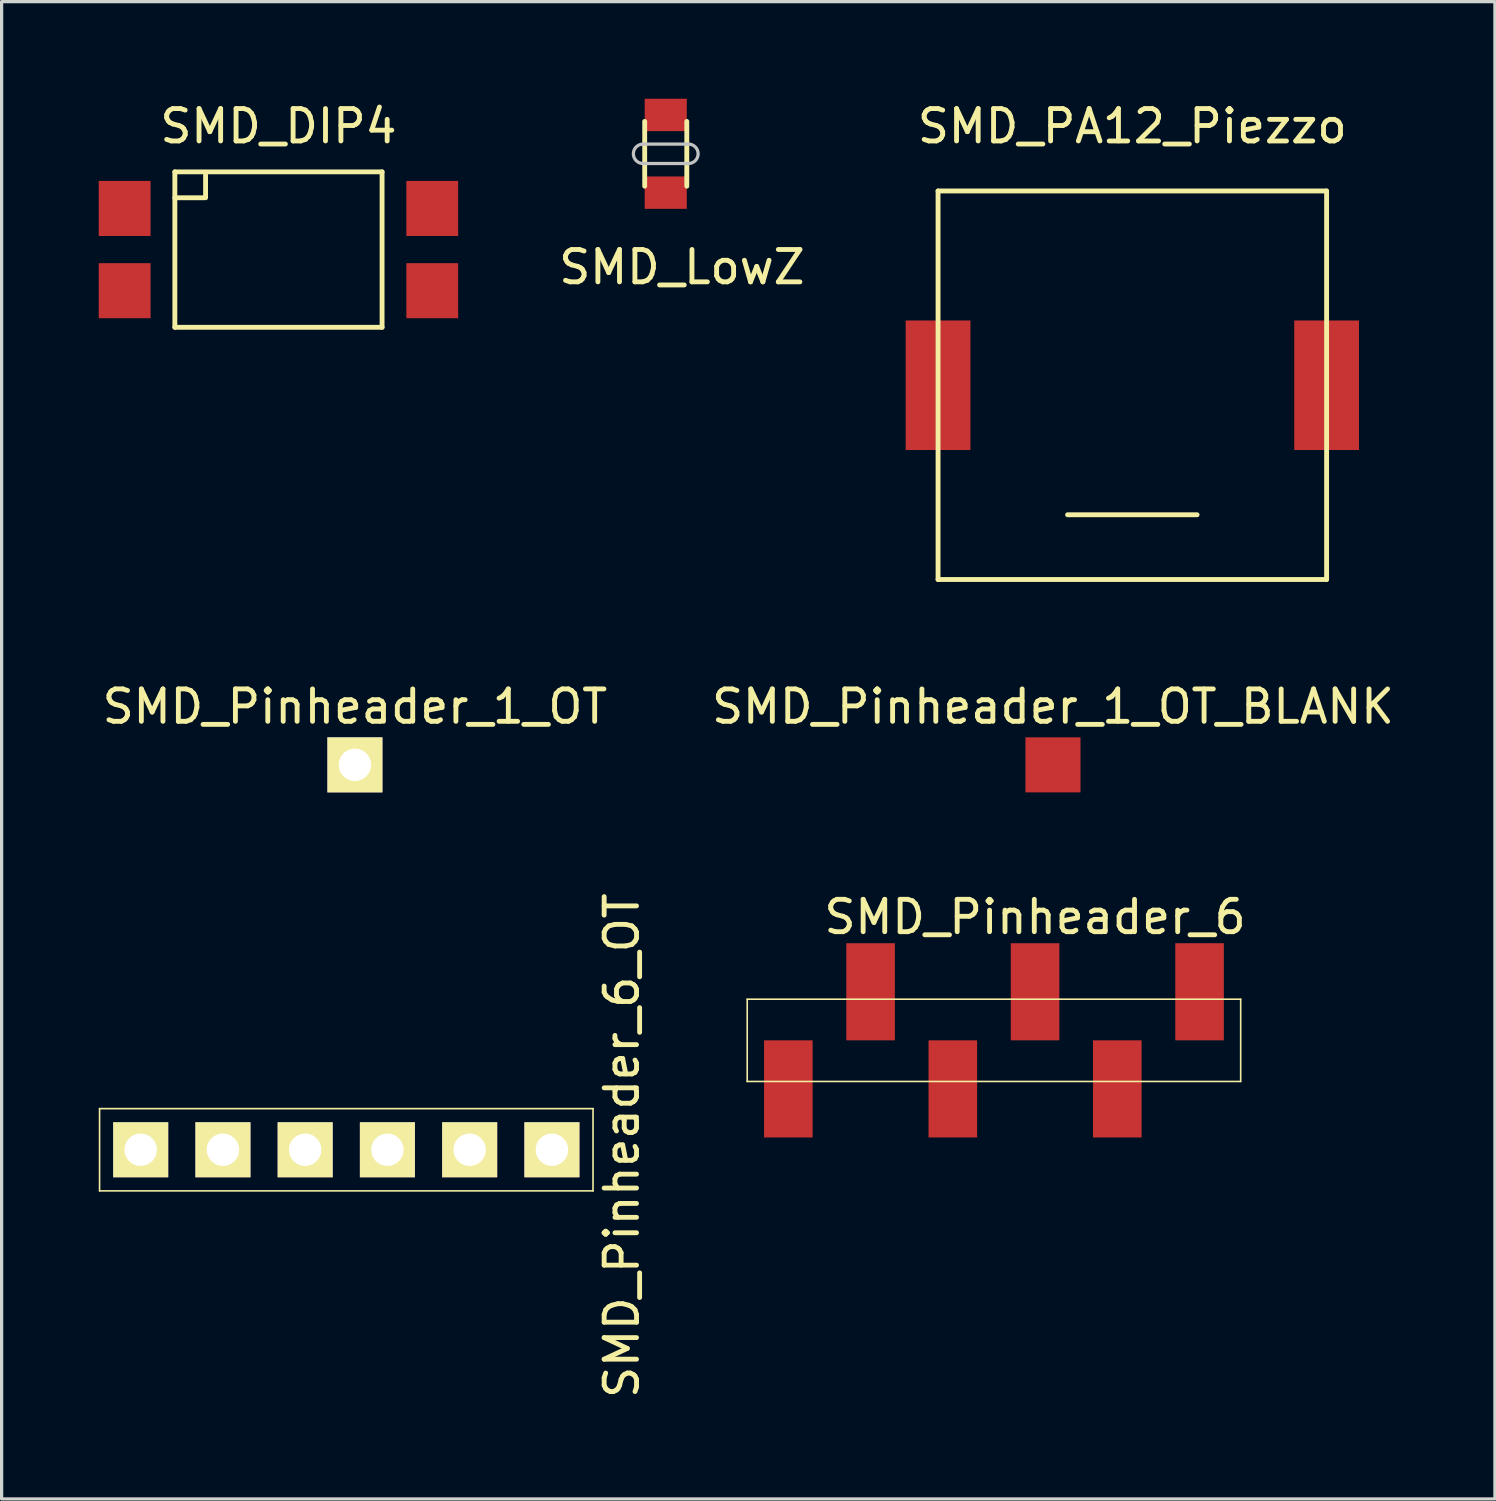
<source format=kicad_pcb>
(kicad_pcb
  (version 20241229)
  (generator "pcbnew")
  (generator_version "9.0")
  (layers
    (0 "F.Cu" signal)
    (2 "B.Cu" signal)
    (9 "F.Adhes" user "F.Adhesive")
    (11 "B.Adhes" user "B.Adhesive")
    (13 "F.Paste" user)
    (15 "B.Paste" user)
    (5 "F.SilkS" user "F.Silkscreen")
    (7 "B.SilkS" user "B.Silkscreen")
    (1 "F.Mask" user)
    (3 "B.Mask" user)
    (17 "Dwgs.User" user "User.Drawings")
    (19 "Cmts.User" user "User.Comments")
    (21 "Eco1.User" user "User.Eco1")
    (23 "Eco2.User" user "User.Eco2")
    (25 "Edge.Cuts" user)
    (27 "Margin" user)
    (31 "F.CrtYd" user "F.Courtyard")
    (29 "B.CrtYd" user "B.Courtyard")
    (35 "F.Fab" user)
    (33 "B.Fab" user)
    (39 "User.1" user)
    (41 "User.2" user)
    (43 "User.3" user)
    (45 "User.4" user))
  (footprint "SMD_DIP4"
    (layer "F.Cu")
    (at 5.55 4.658)
    (property "Reference" "SMD_DIP4" (at 0 -3.81 0) (layer "F.SilkS") (effects (font (size 1 1) (thickness 0.15))))
    (attr through_hole)
    (fp_line (start -3.2 -2.4) (end -3.2 2.4) (stroke (width 0.15) (type solid)) (layer "F.SilkS"))
    (fp_line (start -3.2 2.4) (end 3.2 2.4) (stroke (width 0.15) (type solid)) (layer "F.SilkS"))
    (fp_line (start -2.3 -1.6) (end -3.2 -1.6) (stroke (width 0.15) (type solid)) (layer "F.SilkS"))
    (fp_line (start -2.251 -2.301) (end -2.251 -1.6) (stroke (width 0.15) (type solid)) (layer "F.SilkS"))
    (fp_line (start 3.2 -2.4) (end -3.2 -2.4) (stroke (width 0.15) (type solid)) (layer "F.SilkS"))
    (fp_line (start 3.2 2.4) (end 3.2 -2.4) (stroke (width 0.15) (type solid)) (layer "F.SilkS"))
    (pad "1" smd rect (at -4.75 -1.27) (size 1.6 1.7) (layers "F.Cu" "F.Mask" "F.Paste"))
    (pad "2" smd rect (at -4.75 1.27) (size 1.6 1.7) (layers "F.Cu" "F.Mask" "F.Paste"))
    (pad "3" smd rect (at 4.75 1.27) (size 1.6 1.7) (layers "F.Cu" "F.Mask" "F.Paste"))
    (pad "4" smd rect (at 4.75 -1.27) (size 1.6 1.7) (layers "F.Cu" "F.Mask" "F.Paste")))
  (footprint "SMD_Pinheader_6_OT"
    (layer "F.Cu")
    (at 7.645 32.459)
    (property "Reference" "SMD_Pinheader_6_OT" (at 8.509 -0.127 90) (layer "F.SilkS") (effects (font (size 1 1) (thickness 0.15))))
    (attr through_hole)
    (fp_line (start -7.62 -1.27) (end 7.62 -1.27) (stroke (width 0.05) (type solid)) (layer "F.SilkS"))
    (fp_line (start -7.62 1.27) (end -7.62 -1.27) (stroke (width 0.05) (type solid)) (layer "F.SilkS"))
    (fp_line (start 7.62 -1.27) (end 7.62 1.27) (stroke (width 0.05) (type solid)) (layer "F.SilkS"))
    (fp_line (start 7.62 1.27) (end -7.62 1.27) (stroke (width 0.05) (type solid)) (layer "F.SilkS"))
    (pad "1" thru_hole rect (at 6.35 0) (size 1.7 1.7) (drill 1) (layers "*.Cu" "*.Mask" "F.SilkS"))
    (pad "2" thru_hole rect (at 3.81 0) (size 1.7 1.7) (drill 1) (layers "*.Cu" "*.Mask" "F.SilkS"))
    (pad "3" thru_hole rect (at 1.27 0) (size 1.7 1.7) (drill 1) (layers "*.Cu" "*.Mask" "F.SilkS"))
    (pad "4" thru_hole rect (at -1.27 0) (size 1.7 1.7) (drill 1) (layers "*.Cu" "*.Mask" "F.SilkS"))
    (pad "5" thru_hole rect (at -3.81 0) (size 1.7 1.7) (drill 1) (layers "*.Cu" "*.Mask" "F.SilkS"))
    (pad "6" thru_hole rect (at -6.35 0) (size 1.7 1.7) (drill 1) (layers "*.Cu" "*.Mask" "F.SilkS")))
  (footprint "SMD_Pinheader_6"
    (layer "F.Cu")
    (at 27.647 29.08)
    (property "Reference" "SMD_Pinheader_6" (at 1.27 -3.81 0) (layer "F.SilkS") (effects (font (size 1 1) (thickness 0.15))))
    (attr through_hole)
    (fp_line (start -7.62 -1.27) (end 7.62 -1.27) (stroke (width 0.05) (type solid)) (layer "F.SilkS"))
    (fp_line (start -7.62 1.27) (end -7.62 -1.27) (stroke (width 0.05) (type solid)) (layer "F.SilkS"))
    (fp_line (start 7.62 -1.27) (end 7.62 1.27) (stroke (width 0.05) (type solid)) (layer "F.SilkS"))
    (fp_line (start 7.62 1.27) (end -7.62 1.27) (stroke (width 0.05) (type solid)) (layer "F.SilkS"))
    (pad "1" smd rect (at 6.35 -1.5) (size 1.5 3) (layers "F.Cu" "F.Mask" "F.Paste"))
    (pad "2" smd rect (at 3.81 1.5) (size 1.5 3) (layers "F.Cu" "F.Mask" "F.Paste"))
    (pad "3" smd rect (at 1.27 -1.5) (size 1.5 3) (layers "F.Cu" "F.Mask" "F.Paste"))
    (pad "4" smd rect (at -1.27 1.5) (size 1.5 3) (layers "F.Cu" "F.Mask" "F.Paste"))
    (pad "5" smd rect (at -3.81 -1.5) (size 1.5 3) (layers "F.Cu" "F.Mask" "F.Paste"))
    (pad "6" smd rect (at -6.35 1.5) (size 1.5 3) (layers "F.Cu" "F.Mask" "F.Paste")))
  (footprint "SMD_Pinheader_1_OT"
    (layer "F.Cu")
    (at 7.911 20.572)
    (property "Reference" "SMD_Pinheader_1_OT" (at 0 -1.8 180) (layer "F.SilkS") (effects (font (size 1 1) (thickness 0.15))))
    (attr through_hole)
    (pad "1" thru_hole rect (at 0 0) (size 1.7 1.7) (drill 1) (layers "*.Cu" "*.Mask" "F.SilkS")))
  (footprint "SMD_Pinheader_1_OT_BLANK"
    (layer "F.Cu")
    (at 29.47 20.572)
    (property "Reference" "SMD_Pinheader_1_OT_BLANK" (at 0 -1.8 180) (layer "F.SilkS") (effects (font (size 1 1) (thickness 0.15))))
    (attr through_hole)
    (pad "1" smd rect (at 0 0) (size 1.7 1.7) (layers "F.Cu" "F.Mask")))
  (footprint "SMD_PA12_Piezzo"
    (layer "F.Cu")
    (at 31.921 8.848)
    (property "Reference" "SMD_PA12_Piezzo" (at 0 -8 0) (layer "F.SilkS") (effects (font (size 1 1) (thickness 0.15))))
    (attr smd)
    (fp_line (start -6 6) (end -6 -6) (stroke (width 0.15) (type solid)) (layer "F.SilkS"))
    (fp_line (start -6 6) (end 6 6) (stroke (width 0.15) (type solid)) (layer "F.SilkS"))
    (fp_line (start -2 4) (end 2 4) (stroke (width 0.15) (type solid)) (layer "F.SilkS"))
    (fp_line (start 6 -6) (end -6 -6) (stroke (width 0.15) (type solid)) (layer "F.SilkS"))
    (fp_line (start 6 -6) (end 6 6) (stroke (width 0.15) (type solid)) (layer "F.SilkS"))
    (pad "1" smd rect (at 6 0) (size 2 4) (layers "F.Cu" "F.Mask" "F.Paste"))
    (pad "2" smd rect (at -6 0) (size 2 4) (layers "F.Cu" "F.Mask" "F.Paste")))
  (footprint "SMD_LowZ"
    (layer "F.Cu")
    (at 17.511 1.7)
    (property "Reference" "SMD_LowZ" (at 0.5 3.5 0) (layer "F.SilkS") (effects (font (size 1 1) (thickness 0.15))))
    (attr through_hole)
    (fp_line (start -0.65 -1) (end -0.65 1) (stroke (width 0.15) (type solid)) (layer "F.SilkS"))
    (fp_line (start 0.65 -1) (end 0.65 1) (stroke (width 0.15) (type solid)) (layer "F.SilkS"))
    (fp_line (start -0.7 -0.3) (end 0.7 -0.3) (stroke (width 0.1) (type solid)) (layer "Dwgs.User"))
    (fp_line (start -0.7 0.3) (end 0.7 0.3) (stroke (width 0.1) (type solid)) (layer "Dwgs.User"))
    (fp_arc (start -0.7 0.3) (mid -1 0) (end -0.7 -0.3) (stroke (width 0.1) (type solid)) (layer "Dwgs.User"))
    (fp_arc (start 0.7 -0.3) (mid 1 0) (end 0.7 0.3) (stroke (width 0.1) (type solid)) (layer "Dwgs.User"))
    (pad "1" smd rect (at 0 -1.2) (size 1.3 1) (layers "F.Cu" "F.Mask" "F.Paste"))
    (pad "2" smd rect (at 0 1.2) (size 1.3 1) (layers "F.Cu" "F.Mask" "F.Paste")))
  (gr_rect
    (start -3 -3)
    (end 43.119 43.243)
    (stroke (width 0.1) (type default))
    (fill no)
    (layer "Edge.Cuts")))
</source>
